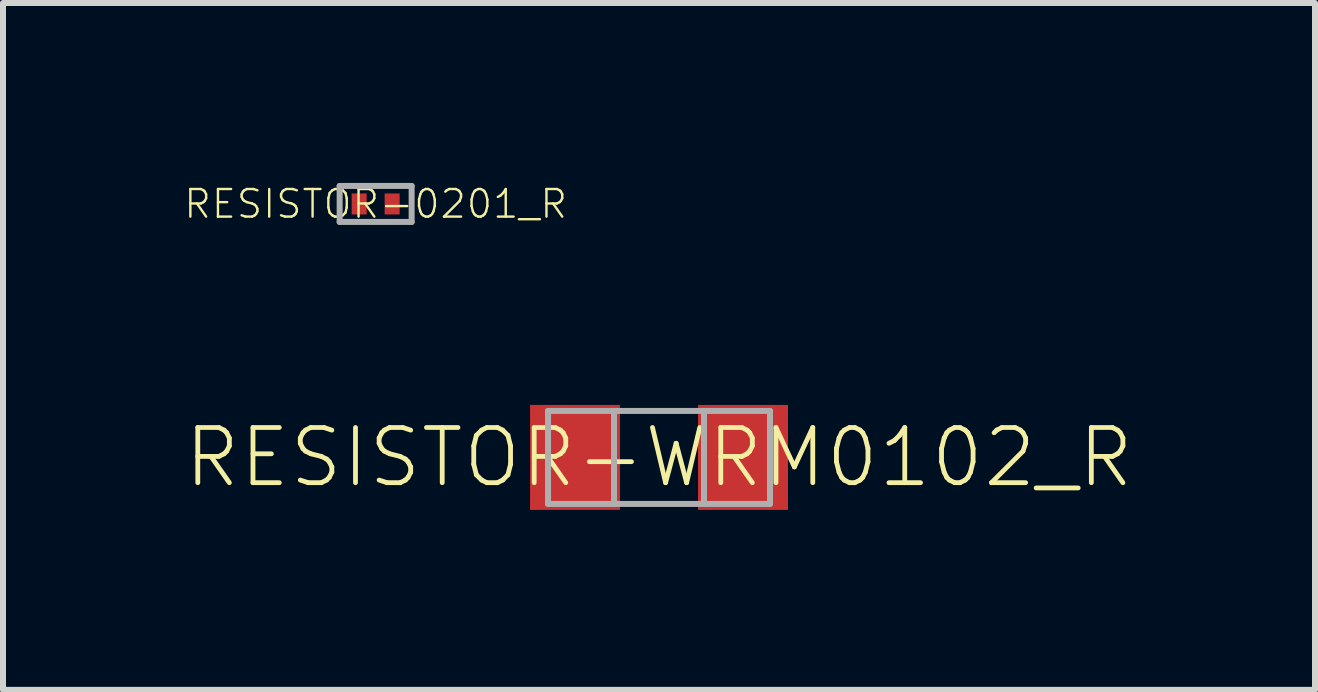
<source format=kicad_pcb>
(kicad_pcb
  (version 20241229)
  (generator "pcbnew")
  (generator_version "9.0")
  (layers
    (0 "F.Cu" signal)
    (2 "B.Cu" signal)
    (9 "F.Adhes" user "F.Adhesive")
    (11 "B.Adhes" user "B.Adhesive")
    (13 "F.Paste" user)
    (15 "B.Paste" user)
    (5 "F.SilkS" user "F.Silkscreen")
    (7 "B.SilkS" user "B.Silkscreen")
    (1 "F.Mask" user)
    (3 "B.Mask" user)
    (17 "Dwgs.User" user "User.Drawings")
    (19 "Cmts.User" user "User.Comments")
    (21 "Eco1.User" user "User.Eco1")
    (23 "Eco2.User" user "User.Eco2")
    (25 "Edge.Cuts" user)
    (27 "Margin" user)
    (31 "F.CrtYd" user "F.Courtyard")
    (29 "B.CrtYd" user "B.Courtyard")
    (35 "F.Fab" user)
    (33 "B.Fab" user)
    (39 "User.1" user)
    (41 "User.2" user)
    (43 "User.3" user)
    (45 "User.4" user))
  (footprint "RESISTOR-WRM0102_R"
    (layer "F.Cu")
    (at 7.936 4.575)
    (property "Reference" "RESISTOR-WRM0102_R" (at 0 0 0) (unlocked yes) (layer "F.SilkS") (effects (font (size 0.92 0.92) (thickness 0.08))))
    (fp_line (start -1.85 -0.775) (end 1.85 -0.775) (stroke (width 0.1) (type solid)) (layer "F.Fab"))
    (fp_line (start -1.85 0.775) (end -1.85 -0.775) (stroke (width 0.1) (type solid)) (layer "F.Fab"))
    (fp_line (start -0.75 -0.775) (end -0.75 0.775) (stroke (width 0.1) (type solid)) (layer "F.Fab"))
    (fp_line (start 0.75 0.775) (end 0.75 -0.775) (stroke (width 0.1) (type solid)) (layer "F.Fab"))
    (fp_line (start 1.85 -0.775) (end 1.85 0.775) (stroke (width 0.1) (type solid)) (layer "F.Fab"))
    (fp_line (start 1.85 0.775) (end -1.85 0.775) (stroke (width 0.1) (type solid)) (layer "F.Fab"))
    (pad "1" smd rect (at -1.4 0) (size 1.5 1.75) (layers "F.Cu" "F.Mask" "F.Paste"))
    (pad "2" smd rect (at 1.4 0) (size 1.5 1.75) (layers "F.Cu" "F.Mask" "F.Paste")))
  (footprint "RESISTOR-0201_R"
    (layer "F.Cu")
    (at 3.212 0.35)
    (property "Reference" "RESISTOR-0201_R" (at 0 0 0) (unlocked yes) (layer "F.SilkS") (effects (font (size 0.46 0.46) (thickness 0.04))))
    (fp_line (start -0.6 -0.3) (end 0.6 -0.3) (stroke (width 0.1) (type solid)) (layer "F.Fab"))
    (fp_line (start -0.6 0.3) (end -0.6 -0.3) (stroke (width 0.1) (type solid)) (layer "F.Fab"))
    (fp_line (start 0.6 -0.3) (end 0.6 0.3) (stroke (width 0.1) (type solid)) (layer "F.Fab"))
    (fp_line (start 0.6 0.3) (end -0.6 0.3) (stroke (width 0.1) (type solid)) (layer "F.Fab"))
    (pad "1" smd rect (at -0.275 0) (size 0.25 0.35) (layers "F.Cu" "F.Mask" "F.Paste"))
    (pad "2" smd rect (at 0.275 0) (size 0.25 0.35) (layers "F.Cu" "F.Mask" "F.Paste")))
  (gr_rect
    (start -3 -3)
    (end 18.871 8.45)
    (stroke (width 0.1) (type default))
    (fill no)
    (layer "Edge.Cuts")))
</source>
